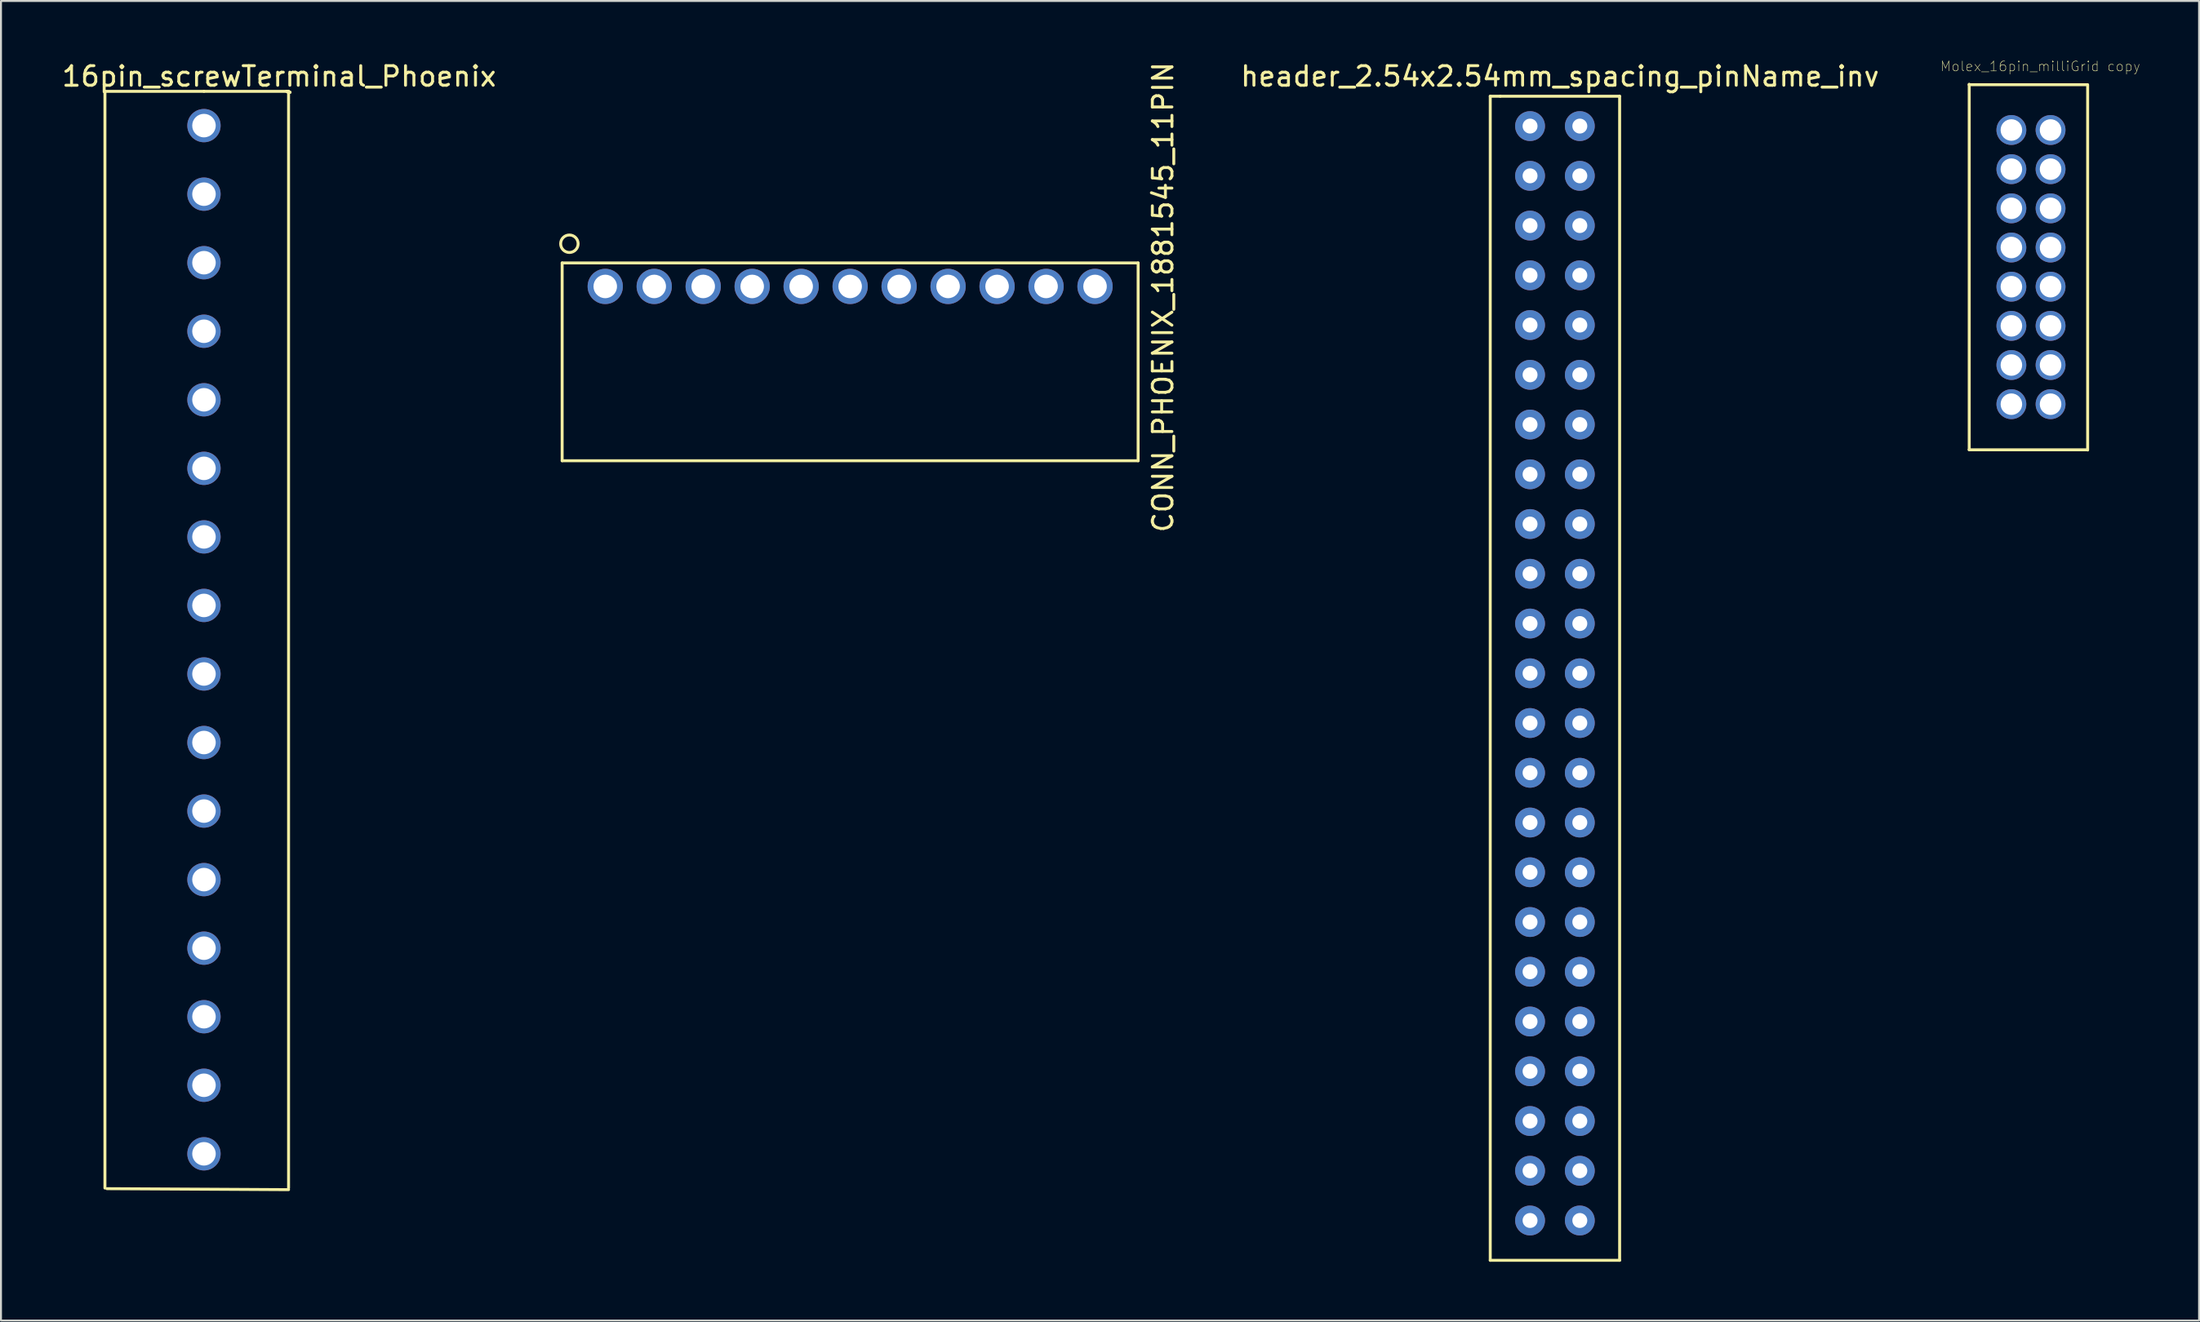
<source format=kicad_pcb>
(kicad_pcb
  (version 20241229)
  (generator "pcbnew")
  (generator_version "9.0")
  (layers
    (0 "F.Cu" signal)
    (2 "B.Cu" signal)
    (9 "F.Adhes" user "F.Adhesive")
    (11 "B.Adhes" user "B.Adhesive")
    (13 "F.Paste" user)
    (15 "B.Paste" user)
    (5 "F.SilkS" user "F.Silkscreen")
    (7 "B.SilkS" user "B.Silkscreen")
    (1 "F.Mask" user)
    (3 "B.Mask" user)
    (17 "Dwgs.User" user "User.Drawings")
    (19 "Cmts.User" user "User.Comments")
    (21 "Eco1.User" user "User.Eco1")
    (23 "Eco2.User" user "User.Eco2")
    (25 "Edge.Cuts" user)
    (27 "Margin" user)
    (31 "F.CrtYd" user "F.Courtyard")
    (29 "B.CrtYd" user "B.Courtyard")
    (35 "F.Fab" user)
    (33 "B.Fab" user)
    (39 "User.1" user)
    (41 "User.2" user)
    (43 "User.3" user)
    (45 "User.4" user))
  (footprint "16pin_screwTerminal_Phoenix"
    (layer "F.Cu")
    (at 7.361 3.363)
    (property "Reference" "16pin_screwTerminal_Phoenix" (at 3.835 -2.515 0) (layer "F.SilkS") (effects (font (size 1 1) (thickness 0.15))))
    (attr through_hole)
    (fp_line (start -5.055 -1.753) (end -5.055 54.25) (stroke (width 0.15) (type solid)) (layer "F.SilkS"))
    (fp_line (start -4.953 54.28) (end 4.318 54.331) (stroke (width 0.15) (type solid)) (layer "F.SilkS"))
    (fp_line (start 0 -1.75) (end -5.08 -1.75) (stroke (width 0.15) (type solid)) (layer "F.SilkS"))
    (fp_line (start 0 -1.75) (end 4.2 -1.75) (stroke (width 0.15) (type solid)) (layer "F.SilkS"))
    (fp_line (start 4.216 -1.753) (end 4.318 -1.753) (stroke (width 0.15) (type solid)) (layer "F.SilkS"))
    (fp_line (start 4.216 -1.753) (end 4.318 -1.753) (stroke (width 0.15) (type solid)) (layer "F.SilkS"))
    (fp_line (start 4.293 -1.702) (end 4.394 -1.702) (stroke (width 0.15) (type solid)) (layer "F.SilkS"))
    (fp_line (start 4.293 -1.702) (end 4.394 -1.702) (stroke (width 0.15) (type solid)) (layer "F.SilkS"))
    (fp_line (start 4.318 -1.727) (end 4.318 54.25) (stroke (width 0.15) (type solid)) (layer "F.SilkS"))
    (pad "1" thru_hole circle (at 0 0) (size 1.7 1.7) (drill 1.2) (layers "*.Cu" "*.Mask"))
    (pad "2" thru_hole circle (at 0 3.5) (size 1.7 1.7) (drill 1.2) (layers "*.Cu" "*.Mask"))
    (pad "3" thru_hole circle (at 0 7) (size 1.7 1.7) (drill 1.2) (layers "*.Cu" "*.Mask"))
    (pad "4" thru_hole circle (at 0 10.5) (size 1.7 1.7) (drill 1.2) (layers "*.Cu" "*.Mask"))
    (pad "5" thru_hole circle (at 0 14) (size 1.7 1.7) (drill 1.2) (layers "*.Cu" "*.Mask"))
    (pad "6" thru_hole circle (at 0 17.5) (size 1.7 1.7) (drill 1.2) (layers "*.Cu" "*.Mask"))
    (pad "7" thru_hole circle (at 0 21) (size 1.7 1.7) (drill 1.2) (layers "*.Cu" "*.Mask"))
    (pad "8" thru_hole circle (at 0 24.5) (size 1.7 1.7) (drill 1.2) (layers "*.Cu" "*.Mask"))
    (pad "9" thru_hole circle (at 0 28) (size 1.7 1.7) (drill 1.2) (layers "*.Cu" "*.Mask"))
    (pad "10" thru_hole circle (at 0 31.5) (size 1.7 1.7) (drill 1.2) (layers "*.Cu" "*.Mask"))
    (pad "11" thru_hole circle (at 0 35) (size 1.7 1.7) (drill 1.2) (layers "*.Cu" "*.Mask"))
    (pad "12" thru_hole circle (at 0 38.5) (size 1.7 1.7) (drill 1.2) (layers "*.Cu" "*.Mask"))
    (pad "13" thru_hole circle (at 0 42) (size 1.7 1.7) (drill 1.2) (layers "*.Cu" "*.Mask"))
    (pad "14" thru_hole circle (at 0 45.5) (size 1.7 1.7) (drill 1.2) (layers "*.Cu" "*.Mask"))
    (pad "15" thru_hole circle (at 0 49) (size 1.7 1.7) (drill 1.2) (layers "*.Cu" "*.Mask"))
    (pad "16" thru_hole circle (at 0 52.5) (size 1.7 1.7) (drill 1.2) (layers "*.Cu" "*.Mask")))
  (footprint "Molex_16pin_milliGrid copy"
    (layer "F.Cu")
    (at 99.616 3.588)
    (property "Reference" "Molex_16pin_milliGrid copy" (at 1.473 -3.251 0) (layer "F.SilkS") (effects (font (size 0.5 0.5) (thickness 0.025))))
    (attr through_hole)
    (fp_line (start -2.158 -2.314) (end 3.875 -2.314) (stroke (width 0.15) (type solid)) (layer "F.SilkS"))
    (fp_line (start -2.158 16.329) (end 3.875 16.329) (stroke (width 0.15) (type solid)) (layer "F.SilkS"))
    (fp_line (start -2.152 -2.337) (end -2.152 16.313) (stroke (width 0.15) (type solid)) (layer "F.SilkS"))
    (fp_line (start 3.893 -2.311) (end 3.893 16.339) (stroke (width 0.15) (type solid)) (layer "F.SilkS"))
    (pad "1" thru_hole circle (at 0 0) (size 1.524 1.524) (drill 1.1) (layers "*.Cu" "*.Mask"))
    (pad "2" thru_hole circle (at 2 0) (size 1.524 1.524) (drill 1.1) (layers "*.Cu" "*.Mask"))
    (pad "3" thru_hole circle (at 2 2) (size 1.524 1.524) (drill 1.1) (layers "*.Cu" "*.Mask"))
    (pad "4" thru_hole circle (at 0 2) (size 1.524 1.524) (drill 1.1) (layers "*.Cu" "*.Mask"))
    (pad "5" thru_hole circle (at 0 4) (size 1.524 1.524) (drill 1.1) (layers "*.Cu" "*.Mask"))
    (pad "6" thru_hole circle (at 2 4) (size 1.524 1.524) (drill 1.1) (layers "*.Cu" "*.Mask"))
    (pad "7" thru_hole circle (at 2 6) (size 1.524 1.524) (drill 1.1) (layers "*.Cu" "*.Mask"))
    (pad "8" thru_hole circle (at 0 6) (size 1.524 1.524) (drill 1.1) (layers "*.Cu" "*.Mask"))
    (pad "9" thru_hole circle (at 0 8) (size 1.524 1.524) (drill 1.1) (layers "*.Cu" "*.Mask"))
    (pad "10" thru_hole circle (at 2 8) (size 1.524 1.524) (drill 1.1) (layers "*.Cu" "*.Mask"))
    (pad "11" thru_hole circle (at 2 10) (size 1.524 1.524) (drill 1.1) (layers "*.Cu" "*.Mask"))
    (pad "12" thru_hole circle (at 0 10) (size 1.524 1.524) (drill 1.1) (layers "*.Cu" "*.Mask"))
    (pad "13" thru_hole circle (at 0 12) (size 1.524 1.524) (drill 1.1) (layers "*.Cu" "*.Mask"))
    (pad "14" thru_hole circle (at 2 12) (size 1.524 1.524) (drill 1.1) (layers "*.Cu" "*.Mask"))
    (pad "15" thru_hole circle (at 2 14) (size 1.524 1.524) (drill 1.1) (layers "*.Cu" "*.Mask"))
    (pad "16" thru_hole circle (at 0 14) (size 1.524 1.524) (drill 1.1) (layers "*.Cu" "*.Mask")))
  (footprint "CONN_PHOENIX_1881545_11PIN"
    (layer "F.Cu")
    (at 25.643 20.475)
    (property "Reference" "CONN_PHOENIX_1881545_11PIN" (at 30.67 -8.35 90) (layer "F.SilkS") (effects (font (size 1 1) (thickness 0.15))))
    (attr through_hole)
    (fp_line (start 0 -10.1) (end 29.4 -10.1) (stroke (width 0.15) (type solid)) (layer "F.SilkS"))
    (fp_line (start 0 0) (end 0 -10.1) (stroke (width 0.15) (type solid)) (layer "F.SilkS"))
    (fp_line (start 0 0) (end 29.4 0) (stroke (width 0.15) (type solid)) (layer "F.SilkS"))
    (fp_line (start 29.4 0) (end 29.4 -10.1) (stroke (width 0.15) (type solid)) (layer "F.SilkS"))
    (fp_circle (center 0.37 -11.08) (end 0.67 -10.75) (stroke (width 0.15) (type solid)) (fill no) (layer "F.SilkS"))
    (pad "1" thru_hole circle (at 2.2 -8.9) (size 1.8 1.8) (drill 1.2) (layers "*.Cu" "*.Mask"))
    (pad "2" thru_hole circle (at 4.7 -8.9) (size 1.8 1.8) (drill 1.2) (layers "*.Cu" "*.Mask"))
    (pad "3" thru_hole circle (at 7.2 -8.9) (size 1.8 1.8) (drill 1.2) (layers "*.Cu" "*.Mask"))
    (pad "4" thru_hole circle (at 9.7 -8.9) (size 1.8 1.8) (drill 1.2) (layers "*.Cu" "*.Mask"))
    (pad "5" thru_hole circle (at 12.2 -8.9) (size 1.8 1.8) (drill 1.2) (layers "*.Cu" "*.Mask"))
    (pad "6" thru_hole circle (at 14.7 -8.9) (size 1.8 1.8) (drill 1.2) (layers "*.Cu" "*.Mask"))
    (pad "7" thru_hole circle (at 17.2 -8.9) (size 1.8 1.8) (drill 1.2) (layers "*.Cu" "*.Mask"))
    (pad "8" thru_hole circle (at 19.7 -8.9) (size 1.8 1.8) (drill 1.2) (layers "*.Cu" "*.Mask"))
    (pad "9" thru_hole circle (at 22.2 -8.9) (size 1.8 1.8) (drill 1.2) (layers "*.Cu" "*.Mask"))
    (pad "10" thru_hole circle (at 24.7 -8.9) (size 1.8 1.8) (drill 1.2) (layers "*.Cu" "*.Mask"))
    (pad "11" thru_hole circle (at 27.2 -8.9) (size 1.8 1.8) (drill 1.2) (layers "*.Cu" "*.Mask")))
  (footprint "header_2.54x2.54mm_spacing_pinName_inv"
    (layer "F.Cu")
    (at 75.048 3.388)
    (property "Reference" "header_2.54x2.54mm_spacing_pinName_inv" (at 1.524 -2.54 0) (layer "F.SilkS") (effects (font (size 1 1) (thickness 0.15))))
    (attr through_hole)
    (fp_line (start -2.032 -1.524) (end -1.524 -1.524) (stroke (width 0.15) (type solid)) (layer "F.SilkS"))
    (fp_line (start -2.032 57.912) (end -2.032 -1.524) (stroke (width 0.15) (type solid)) (layer "F.SilkS"))
    (fp_line (start -1.524 -1.524) (end 4.572 -1.524) (stroke (width 0.15) (type solid)) (layer "F.SilkS"))
    (fp_line (start 4.572 -1.524) (end 4.572 57.912) (stroke (width 0.15) (type solid)) (layer "F.SilkS"))
    (fp_line (start 4.572 57.912) (end -2.032 57.912) (stroke (width 0.15) (type solid)) (layer "F.SilkS"))
    (pad "1" thru_hole circle (at 2.54 0) (size 1.524 1.524) (drill 0.762) (layers "*.Cu" "*.Mask"))
    (pad "2" thru_hole circle (at 0 0) (size 1.524 1.524) (drill 0.762) (layers "*.Cu" "*.Mask"))
    (pad "3" thru_hole circle (at 2.54 2.54 180) (size 1.524 1.524) (drill 0.762) (layers "*.Cu" "*.Mask"))
    (pad "4" thru_hole circle (at 0 2.54 180) (size 1.524 1.524) (drill 0.762) (layers "*.Cu" "*.Mask"))
    (pad "5" thru_hole circle (at 2.54 5.08) (size 1.524 1.524) (drill 0.762) (layers "*.Cu" "*.Mask"))
    (pad "6" thru_hole circle (at 0 5.08) (size 1.524 1.524) (drill 0.762) (layers "*.Cu" "*.Mask"))
    (pad "7" thru_hole circle (at 2.54 7.62 180) (size 1.524 1.524) (drill 0.762) (layers "*.Cu" "*.Mask"))
    (pad "8" thru_hole circle (at 0 7.62 180) (size 1.524 1.524) (drill 0.762) (layers "*.Cu" "*.Mask"))
    (pad "9" thru_hole circle (at 2.54 10.16) (size 1.524 1.524) (drill 0.762) (layers "*.Cu" "*.Mask"))
    (pad "10" thru_hole circle (at 0 10.16) (size 1.524 1.524) (drill 0.762) (layers "*.Cu" "*.Mask"))
    (pad "11" thru_hole circle (at 2.54 12.7 180) (size 1.524 1.524) (drill 0.762) (layers "*.Cu" "*.Mask"))
    (pad "12" thru_hole circle (at 0 12.7 180) (size 1.524 1.524) (drill 0.762) (layers "*.Cu" "*.Mask"))
    (pad "13" thru_hole circle (at 2.54 15.24) (size 1.524 1.524) (drill 0.762) (layers "*.Cu" "*.Mask"))
    (pad "14" thru_hole circle (at 0 15.24) (size 1.524 1.524) (drill 0.762) (layers "*.Cu" "*.Mask"))
    (pad "15" thru_hole circle (at 2.54 17.78 180) (size 1.524 1.524) (drill 0.762) (layers "*.Cu" "*.Mask"))
    (pad "16" thru_hole circle (at 0 17.78 180) (size 1.524 1.524) (drill 0.762) (layers "*.Cu" "*.Mask"))
    (pad "17" thru_hole circle (at 2.54 20.32) (size 1.524 1.524) (drill 0.762) (layers "*.Cu" "*.Mask"))
    (pad "18" thru_hole circle (at 0 20.32) (size 1.524 1.524) (drill 0.762) (layers "*.Cu" "*.Mask"))
    (pad "19" thru_hole circle (at 2.54 22.86 180) (size 1.524 1.524) (drill 0.762) (layers "*.Cu" "*.Mask"))
    (pad "20" thru_hole circle (at 0 22.86 180) (size 1.524 1.524) (drill 0.762) (layers "*.Cu" "*.Mask"))
    (pad "21" thru_hole circle (at 2.54 25.4) (size 1.524 1.524) (drill 0.762) (layers "*.Cu" "*.Mask"))
    (pad "22" thru_hole circle (at 0 25.4) (size 1.524 1.524) (drill 0.762) (layers "*.Cu" "*.Mask"))
    (pad "23" thru_hole circle (at 2.54 27.94 180) (size 1.524 1.524) (drill 0.762) (layers "*.Cu" "*.Mask"))
    (pad "24" thru_hole circle (at 0 27.94 180) (size 1.524 1.524) (drill 0.762) (layers "*.Cu" "*.Mask"))
    (pad "25" thru_hole circle (at 2.54 30.48) (size 1.524 1.524) (drill 0.762) (layers "*.Cu" "*.Mask"))
    (pad "26" thru_hole circle (at 0 30.48) (size 1.524 1.524) (drill 0.762) (layers "*.Cu" "*.Mask"))
    (pad "27" thru_hole circle (at 2.54 33.02 180) (size 1.524 1.524) (drill 0.762) (layers "*.Cu" "*.Mask"))
    (pad "28" thru_hole circle (at 0 33.02 180) (size 1.524 1.524) (drill 0.762) (layers "*.Cu" "*.Mask"))
    (pad "29" thru_hole circle (at 2.54 35.56) (size 1.524 1.524) (drill 0.762) (layers "*.Cu" "*.Mask"))
    (pad "30" thru_hole circle (at 0 35.56) (size 1.524 1.524) (drill 0.762) (layers "*.Cu" "*.Mask"))
    (pad "31" thru_hole circle (at 2.54 38.1 180) (size 1.524 1.524) (drill 0.762) (layers "*.Cu" "*.Mask"))
    (pad "32" thru_hole circle (at 0 38.1 180) (size 1.524 1.524) (drill 0.762) (layers "*.Cu" "*.Mask"))
    (pad "33" thru_hole circle (at 2.54 40.64) (size 1.524 1.524) (drill 0.762) (layers "*.Cu" "*.Mask"))
    (pad "34" thru_hole circle (at 0 40.64) (size 1.524 1.524) (drill 0.762) (layers "*.Cu" "*.Mask"))
    (pad "35" thru_hole circle (at 2.54 43.18 180) (size 1.524 1.524) (drill 0.762) (layers "*.Cu" "*.Mask"))
    (pad "36" thru_hole circle (at 0 43.18 180) (size 1.524 1.524) (drill 0.762) (layers "*.Cu" "*.Mask"))
    (pad "37" thru_hole circle (at 2.54 45.72) (size 1.524 1.524) (drill 0.762) (layers "*.Cu" "*.Mask"))
    (pad "38" thru_hole circle (at 0 45.72) (size 1.524 1.524) (drill 0.762) (layers "*.Cu" "*.Mask"))
    (pad "39" thru_hole circle (at 2.54 48.26 180) (size 1.524 1.524) (drill 0.762) (layers "*.Cu" "*.Mask"))
    (pad "40" thru_hole circle (at 0 48.26 180) (size 1.524 1.524) (drill 0.762) (layers "*.Cu" "*.Mask"))
    (pad "41" thru_hole circle (at 2.54 50.8) (size 1.524 1.524) (drill 0.762) (layers "*.Cu" "*.Mask"))
    (pad "42" thru_hole circle (at 0 50.8) (size 1.524 1.524) (drill 0.762) (layers "*.Cu" "*.Mask"))
    (pad "43" thru_hole circle (at 2.54 53.34 180) (size 1.524 1.524) (drill 0.762) (layers "*.Cu" "*.Mask"))
    (pad "44" thru_hole circle (at 0 53.34 180) (size 1.524 1.524) (drill 0.762) (layers "*.Cu" "*.Mask"))
    (pad "45" thru_hole circle (at 2.54 55.88) (size 1.524 1.524) (drill 0.762) (layers "*.Cu" "*.Mask"))
    (pad "46" thru_hole circle (at 0 55.88) (size 1.524 1.524) (drill 0.762) (layers "*.Cu" "*.Mask")))
  (gr_rect
    (start -3 -3)
    (end 109.196 64.375)
    (stroke (width 0.1) (type default))
    (fill no)
    (layer "Edge.Cuts")))
</source>
